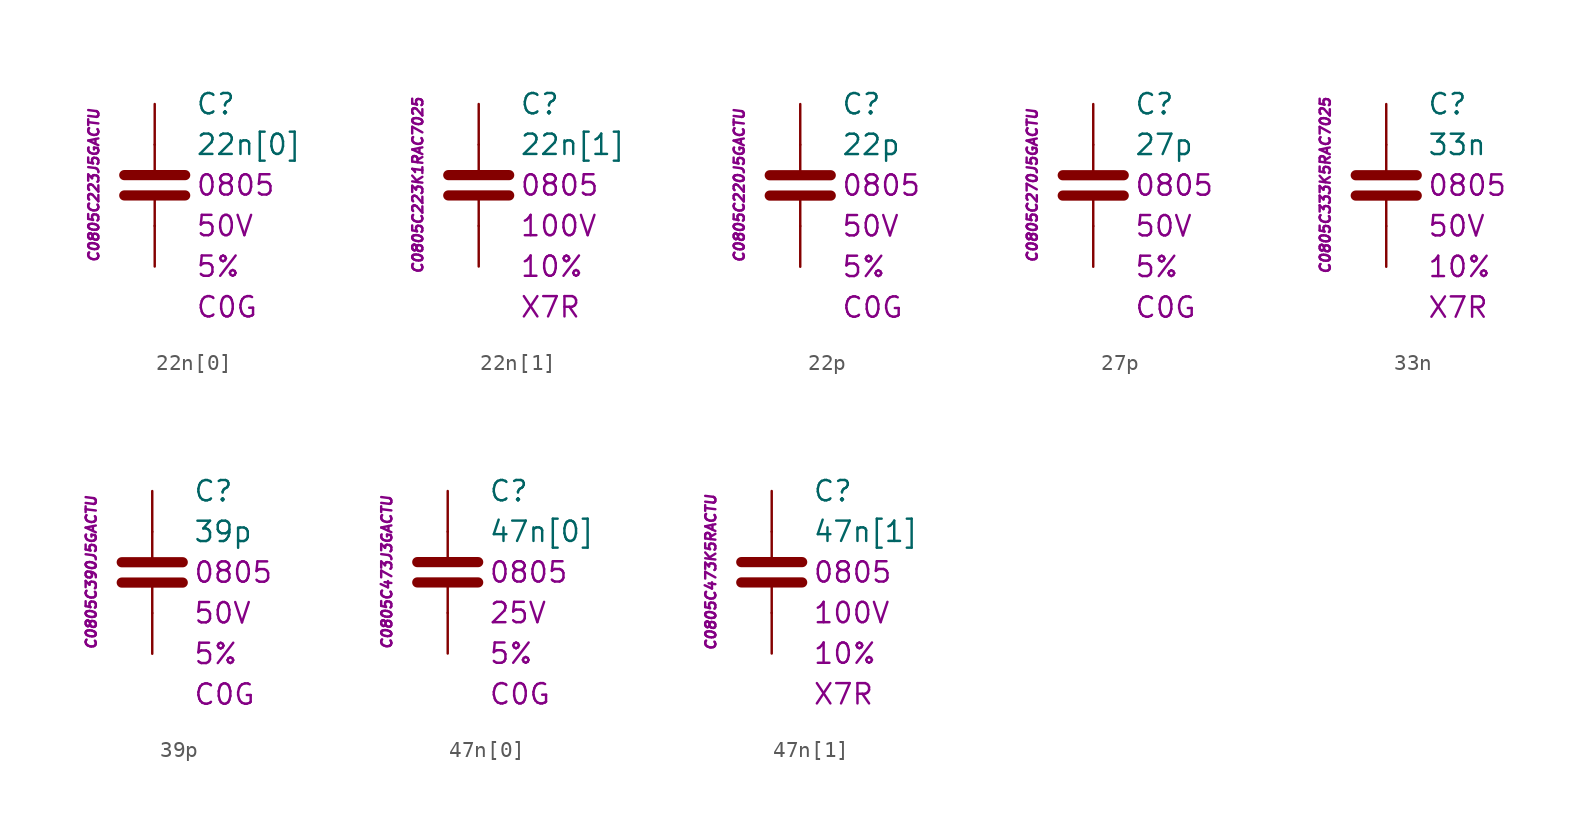
<source format=kicad_sym>
(kicad_symbol_lib
  (version 20201005)
  (generator kicad_symbol_editor)
  (symbol "22n[0]"
    (pin_numbers hide)
    (pin_names
      (offset 1.016) hide)
    (property "Reference" "C"
      (at 2.54 5.08 0)
      (effects (font (size 1.27 1.27)) (justify left)))
    (property "Value" "22n[0]"
      (at 2.54 2.54 0)
      (effects (font (size 1.27 1.27)) (justify left)))
    (property "Package" "0805"
      (at 2.54 0 0)
      (effects (font (size 1.27 1.27)) (justify left)))
    (property "Voltage" "50V"
      (at 2.54 -2.54 0)
      (effects (font (size 1.27 1.27)) (justify left)))
    (property "Tolerance" "5%"
      (at 2.54 -5.08 0)
      (effects (font (size 1.27 1.27)) (justify left)))
    (property "Dielectric" "C0G"
      (at 2.54 -7.62 0)
      (effects (font (size 1.27 1.27)) (justify left)))
    (property "ID" "C0805C223J5GACTU"
      (at -3.81 0 90)
      (effects (font (size 0.635 0.635) italic)))
    (symbol "22n[0]_0_1"
      (polyline (pts (xy -1.905 -0.635) (xy 1.905 -0.635)) (stroke (width 0.635)) (fill (type none)))
      (polyline (pts (xy -1.905 0.635) (xy 1.905 0.635)) (stroke (width 0.635)) (fill (type none)))
      (polyline (pts (xy 0 -2.54) (xy 0 -0.635)) (stroke (width 0.152)) (fill (type none)))
      (polyline (pts (xy 0 0.635) (xy 0 2.54)) (stroke (width 0.152)) (fill (type none))))
    (symbol "22n[0]_1_1"
      (pin passive line (at 0 5.08 270) (length 2.54) (name "~" (effects (font (size 1.778 1.778)))) (number "1" (effects (font (size 1.778 1.778)))))
      (pin passive line (at 0 -5.08 90) (length 2.54) (name "~" (effects (font (size 1.778 1.778)))) (number "2" (effects (font (size 1.778 1.778)))))))
  (symbol "22n[1]"
    (pin_numbers hide)
    (pin_names
      (offset 1.016) hide)
    (property "Reference" "C"
      (at 2.54 5.08 0)
      (effects (font (size 1.27 1.27)) (justify left)))
    (property "Value" "22n[1]"
      (at 2.54 2.54 0)
      (effects (font (size 1.27 1.27)) (justify left)))
    (property "Package" "0805"
      (at 2.54 0 0)
      (effects (font (size 1.27 1.27)) (justify left)))
    (property "Voltage" "100V"
      (at 2.54 -2.54 0)
      (effects (font (size 1.27 1.27)) (justify left)))
    (property "Tolerance" "10%"
      (at 2.54 -5.08 0)
      (effects (font (size 1.27 1.27)) (justify left)))
    (property "Dielectric" "X7R"
      (at 2.54 -7.62 0)
      (effects (font (size 1.27 1.27)) (justify left)))
    (property "ID" "C0805C223K1RAC7025"
      (at -3.81 0 90)
      (effects (font (size 0.635 0.635) italic)))
    (symbol "22n[1]_0_1"
      (polyline (pts (xy -1.905 -0.635) (xy 1.905 -0.635)) (stroke (width 0.635)) (fill (type none)))
      (polyline (pts (xy -1.905 0.635) (xy 1.905 0.635)) (stroke (width 0.635)) (fill (type none)))
      (polyline (pts (xy 0 -2.54) (xy 0 -0.635)) (stroke (width 0.152)) (fill (type none)))
      (polyline (pts (xy 0 0.635) (xy 0 2.54)) (stroke (width 0.152)) (fill (type none))))
    (symbol "22n[1]_1_1"
      (pin passive line (at 0 5.08 270) (length 2.54) (name "~" (effects (font (size 1.778 1.778)))) (number "1" (effects (font (size 1.778 1.778)))))
      (pin passive line (at 0 -5.08 90) (length 2.54) (name "~" (effects (font (size 1.778 1.778)))) (number "2" (effects (font (size 1.778 1.778)))))))
  (symbol "22p"
    (pin_numbers hide)
    (pin_names
      (offset 1.016) hide)
    (property "Reference" "C"
      (at 2.54 5.08 0)
      (effects (font (size 1.27 1.27)) (justify left)))
    (property "Value" "22p"
      (at 2.54 2.54 0)
      (effects (font (size 1.27 1.27)) (justify left)))
    (property "Package" "0805"
      (at 2.54 0 0)
      (effects (font (size 1.27 1.27)) (justify left)))
    (property "Voltage" "50V"
      (at 2.54 -2.54 0)
      (effects (font (size 1.27 1.27)) (justify left)))
    (property "Tolerance" "5%"
      (at 2.54 -5.08 0)
      (effects (font (size 1.27 1.27)) (justify left)))
    (property "Dielectric" "C0G"
      (at 2.54 -7.62 0)
      (effects (font (size 1.27 1.27)) (justify left)))
    (property "ID" "C0805C220J5GACTU"
      (at -3.81 0 90)
      (effects (font (size 0.635 0.635) italic)))
    (symbol "22p_0_1"
      (polyline (pts (xy -1.905 -0.635) (xy 1.905 -0.635)) (stroke (width 0.635)) (fill (type none)))
      (polyline (pts (xy -1.905 0.635) (xy 1.905 0.635)) (stroke (width 0.635)) (fill (type none)))
      (polyline (pts (xy 0 -2.54) (xy 0 -0.635)) (stroke (width 0.152)) (fill (type none)))
      (polyline (pts (xy 0 0.635) (xy 0 2.54)) (stroke (width 0.152)) (fill (type none))))
    (symbol "22p_1_1"
      (pin passive line (at 0 5.08 270) (length 2.54) (name "~" (effects (font (size 1.778 1.778)))) (number "1" (effects (font (size 1.778 1.778)))))
      (pin passive line (at 0 -5.08 90) (length 2.54) (name "~" (effects (font (size 1.778 1.778)))) (number "2" (effects (font (size 1.778 1.778)))))))
  (symbol "27p"
    (pin_numbers hide)
    (pin_names
      (offset 1.016) hide)
    (property "Reference" "C"
      (at 2.54 5.08 0)
      (effects (font (size 1.27 1.27)) (justify left)))
    (property "Value" "27p"
      (at 2.54 2.54 0)
      (effects (font (size 1.27 1.27)) (justify left)))
    (property "Package" "0805"
      (at 2.54 0 0)
      (effects (font (size 1.27 1.27)) (justify left)))
    (property "Voltage" "50V"
      (at 2.54 -2.54 0)
      (effects (font (size 1.27 1.27)) (justify left)))
    (property "Tolerance" "5%"
      (at 2.54 -5.08 0)
      (effects (font (size 1.27 1.27)) (justify left)))
    (property "Dielectric" "C0G"
      (at 2.54 -7.62 0)
      (effects (font (size 1.27 1.27)) (justify left)))
    (property "ID" "C0805C270J5GACTU"
      (at -3.81 0 90)
      (effects (font (size 0.635 0.635) italic)))
    (symbol "27p_0_1"
      (polyline (pts (xy -1.905 -0.635) (xy 1.905 -0.635)) (stroke (width 0.635)) (fill (type none)))
      (polyline (pts (xy -1.905 0.635) (xy 1.905 0.635)) (stroke (width 0.635)) (fill (type none)))
      (polyline (pts (xy 0 -2.54) (xy 0 -0.635)) (stroke (width 0.152)) (fill (type none)))
      (polyline (pts (xy 0 0.635) (xy 0 2.54)) (stroke (width 0.152)) (fill (type none))))
    (symbol "27p_1_1"
      (pin passive line (at 0 5.08 270) (length 2.54) (name "~" (effects (font (size 1.778 1.778)))) (number "1" (effects (font (size 1.778 1.778)))))
      (pin passive line (at 0 -5.08 90) (length 2.54) (name "~" (effects (font (size 1.778 1.778)))) (number "2" (effects (font (size 1.778 1.778)))))))
  (symbol "33n"
    (pin_numbers hide)
    (pin_names
      (offset 1.016) hide)
    (property "Reference" "C"
      (at 2.54 5.08 0)
      (effects (font (size 1.27 1.27)) (justify left)))
    (property "Value" "33n"
      (at 2.54 2.54 0)
      (effects (font (size 1.27 1.27)) (justify left)))
    (property "Package" "0805"
      (at 2.54 0 0)
      (effects (font (size 1.27 1.27)) (justify left)))
    (property "Voltage" "50V"
      (at 2.54 -2.54 0)
      (effects (font (size 1.27 1.27)) (justify left)))
    (property "Tolerance" "10%"
      (at 2.54 -5.08 0)
      (effects (font (size 1.27 1.27)) (justify left)))
    (property "Dielectric" "X7R"
      (at 2.54 -7.62 0)
      (effects (font (size 1.27 1.27)) (justify left)))
    (property "ID" "C0805C333K5RAC7025"
      (at -3.81 0 90)
      (effects (font (size 0.635 0.635) italic)))
    (symbol "33n_0_1"
      (polyline (pts (xy -1.905 -0.635) (xy 1.905 -0.635)) (stroke (width 0.635)) (fill (type none)))
      (polyline (pts (xy -1.905 0.635) (xy 1.905 0.635)) (stroke (width 0.635)) (fill (type none)))
      (polyline (pts (xy 0 -2.54) (xy 0 -0.635)) (stroke (width 0.152)) (fill (type none)))
      (polyline (pts (xy 0 0.635) (xy 0 2.54)) (stroke (width 0.152)) (fill (type none))))
    (symbol "33n_1_1"
      (pin passive line (at 0 5.08 270) (length 2.54) (name "~" (effects (font (size 1.778 1.778)))) (number "1" (effects (font (size 1.778 1.778)))))
      (pin passive line (at 0 -5.08 90) (length 2.54) (name "~" (effects (font (size 1.778 1.778)))) (number "2" (effects (font (size 1.778 1.778)))))))
  (symbol "39p"
    (pin_numbers hide)
    (pin_names
      (offset 1.016) hide)
    (property "Reference" "C"
      (at 2.54 5.08 0)
      (effects (font (size 1.27 1.27)) (justify left)))
    (property "Value" "39p"
      (at 2.54 2.54 0)
      (effects (font (size 1.27 1.27)) (justify left)))
    (property "Package" "0805"
      (at 2.54 0 0)
      (effects (font (size 1.27 1.27)) (justify left)))
    (property "Voltage" "50V"
      (at 2.54 -2.54 0)
      (effects (font (size 1.27 1.27)) (justify left)))
    (property "Tolerance" "5%"
      (at 2.54 -5.08 0)
      (effects (font (size 1.27 1.27)) (justify left)))
    (property "Dielectric" "C0G"
      (at 2.54 -7.62 0)
      (effects (font (size 1.27 1.27)) (justify left)))
    (property "ID" "C0805C390J5GACTU"
      (at -3.81 0 90)
      (effects (font (size 0.635 0.635) italic)))
    (symbol "39p_0_1"
      (polyline (pts (xy -1.905 -0.635) (xy 1.905 -0.635)) (stroke (width 0.635)) (fill (type none)))
      (polyline (pts (xy -1.905 0.635) (xy 1.905 0.635)) (stroke (width 0.635)) (fill (type none)))
      (polyline (pts (xy 0 -2.54) (xy 0 -0.635)) (stroke (width 0.152)) (fill (type none)))
      (polyline (pts (xy 0 0.635) (xy 0 2.54)) (stroke (width 0.152)) (fill (type none))))
    (symbol "39p_1_1"
      (pin passive line (at 0 5.08 270) (length 2.54) (name "~" (effects (font (size 1.778 1.778)))) (number "1" (effects (font (size 1.778 1.778)))))
      (pin passive line (at 0 -5.08 90) (length 2.54) (name "~" (effects (font (size 1.778 1.778)))) (number "2" (effects (font (size 1.778 1.778)))))))
  (symbol "47n[0]"
    (pin_numbers hide)
    (pin_names
      (offset 1.016) hide)
    (property "Reference" "C"
      (at 2.54 5.08 0)
      (effects (font (size 1.27 1.27)) (justify left)))
    (property "Value" "47n[0]"
      (at 2.54 2.54 0)
      (effects (font (size 1.27 1.27)) (justify left)))
    (property "Package" "0805"
      (at 2.54 0 0)
      (effects (font (size 1.27 1.27)) (justify left)))
    (property "Voltage" "25V"
      (at 2.54 -2.54 0)
      (effects (font (size 1.27 1.27)) (justify left)))
    (property "Tolerance" "5%"
      (at 2.54 -5.08 0)
      (effects (font (size 1.27 1.27)) (justify left)))
    (property "Dielectric" "C0G"
      (at 2.54 -7.62 0)
      (effects (font (size 1.27 1.27)) (justify left)))
    (property "ID" "C0805C473J3GACTU"
      (at -3.81 0 90)
      (effects (font (size 0.635 0.635) italic)))
    (symbol "47n[0]_0_1"
      (polyline (pts (xy -1.905 -0.635) (xy 1.905 -0.635)) (stroke (width 0.635)) (fill (type none)))
      (polyline (pts (xy -1.905 0.635) (xy 1.905 0.635)) (stroke (width 0.635)) (fill (type none)))
      (polyline (pts (xy 0 -2.54) (xy 0 -0.635)) (stroke (width 0.152)) (fill (type none)))
      (polyline (pts (xy 0 0.635) (xy 0 2.54)) (stroke (width 0.152)) (fill (type none))))
    (symbol "47n[0]_1_1"
      (pin passive line (at 0 5.08 270) (length 2.54) (name "~" (effects (font (size 1.778 1.778)))) (number "1" (effects (font (size 1.778 1.778)))))
      (pin passive line (at 0 -5.08 90) (length 2.54) (name "~" (effects (font (size 1.778 1.778)))) (number "2" (effects (font (size 1.778 1.778)))))))
  (symbol "47n[1]"
    (pin_numbers hide)
    (pin_names
      (offset 1.016) hide)
    (property "Reference" "C"
      (at 2.54 5.08 0)
      (effects (font (size 1.27 1.27)) (justify left)))
    (property "Value" "47n[1]"
      (at 2.54 2.54 0)
      (effects (font (size 1.27 1.27)) (justify left)))
    (property "Package" "0805"
      (at 2.54 0 0)
      (effects (font (size 1.27 1.27)) (justify left)))
    (property "Voltage" "100V"
      (at 2.54 -2.54 0)
      (effects (font (size 1.27 1.27)) (justify left)))
    (property "Tolerance" "10%"
      (at 2.54 -5.08 0)
      (effects (font (size 1.27 1.27)) (justify left)))
    (property "Dielectric" "X7R"
      (at 2.54 -7.62 0)
      (effects (font (size 1.27 1.27)) (justify left)))
    (property "ID" "C0805C473K5RACTU"
      (at -3.81 0 90)
      (effects (font (size 0.635 0.635) italic)))
    (symbol "47n[1]_0_1"
      (polyline (pts (xy -1.905 -0.635) (xy 1.905 -0.635)) (stroke (width 0.635)) (fill (type none)))
      (polyline (pts (xy -1.905 0.635) (xy 1.905 0.635)) (stroke (width 0.635)) (fill (type none)))
      (polyline (pts (xy 0 -2.54) (xy 0 -0.635)) (stroke (width 0.152)) (fill (type none)))
      (polyline (pts (xy 0 0.635) (xy 0 2.54)) (stroke (width 0.152)) (fill (type none))))
    (symbol "47n[1]_1_1"
      (pin passive line (at 0 5.08 270) (length 2.54) (name "~" (effects (font (size 1.778 1.778)))) (number "1" (effects (font (size 1.778 1.778)))))
      (pin passive line (at 0 -5.08 90) (length 2.54) (name "~" (effects (font (size 1.778 1.778)))) (number "2" (effects (font (size 1.778 1.778))))))))
</source>
